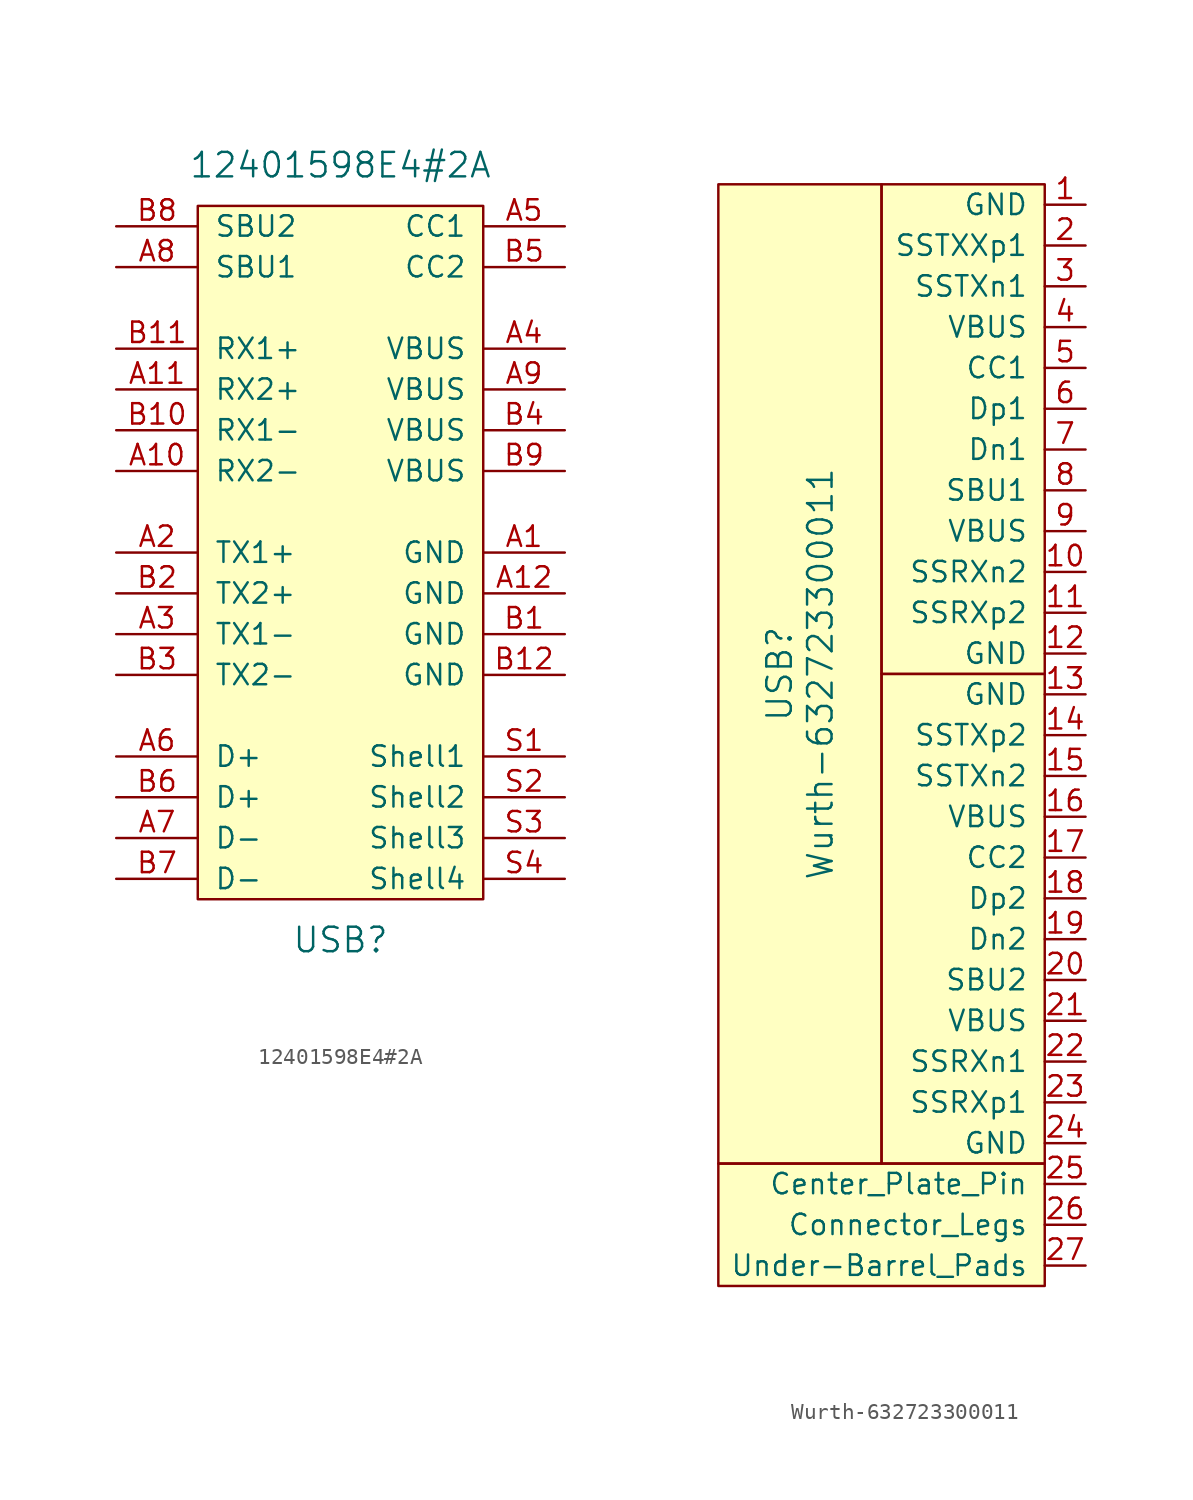
<source format=kicad_sym>
(kicad_symbol_lib
  (version 20211014)
  (generator kicad_symbol_editor)
  (symbol "12401598E4#2A"
    (pin_names
      (offset 1.016))
    (property "Reference" "USB"
      (at 0 -22.86 0)
      (effects (font (size 1.524 1.524))))
    (property "Value" "12401598E4#2A"
      (at 0 25.4 0)
      (effects (font (size 1.524 1.524))))
    (symbol "12401598E4#2A_1_1"
      (rectangle (start -8.89 22.86) (end 8.89 -20.32) (stroke (width 0) (type default) (color 0 0 0 0)) (fill (type background)))
      (pin input line (at 13.97 1.27 180) (length 5.08) (name "GND" (effects (font (size 1.27 1.27)))) (number "A1" (effects (font (size 1.27 1.27)))))
      (pin input line (at -13.97 6.35 0) (length 5.08) (name "RX2-" (effects (font (size 1.27 1.27)))) (number "A10" (effects (font (size 1.27 1.27)))))
      (pin input line (at -13.97 11.43 0) (length 5.08) (name "RX2+" (effects (font (size 1.27 1.27)))) (number "A11" (effects (font (size 1.27 1.27)))))
      (pin input line (at 13.97 -1.27 180) (length 5.08) (name "GND" (effects (font (size 1.27 1.27)))) (number "A12" (effects (font (size 1.27 1.27)))))
      (pin input line (at -13.97 1.27 0) (length 5.08) (name "TX1+" (effects (font (size 1.27 1.27)))) (number "A2" (effects (font (size 1.27 1.27)))))
      (pin input line (at -13.97 -3.81 0) (length 5.08) (name "TX1-" (effects (font (size 1.27 1.27)))) (number "A3" (effects (font (size 1.27 1.27)))))
      (pin input line (at 13.97 13.97 180) (length 5.08) (name "VBUS" (effects (font (size 1.27 1.27)))) (number "A4" (effects (font (size 1.27 1.27)))))
      (pin input line (at 13.97 21.59 180) (length 5.08) (name "CC1" (effects (font (size 1.27 1.27)))) (number "A5" (effects (font (size 1.27 1.27)))))
      (pin input line (at -13.97 -11.43 0) (length 5.08) (name "D+" (effects (font (size 1.27 1.27)))) (number "A6" (effects (font (size 1.27 1.27)))))
      (pin input line (at -13.97 -16.51 0) (length 5.08) (name "D-" (effects (font (size 1.27 1.27)))) (number "A7" (effects (font (size 1.27 1.27)))))
      (pin input line (at -13.97 19.05 0) (length 5.08) (name "SBU1" (effects (font (size 1.27 1.27)))) (number "A8" (effects (font (size 1.27 1.27)))))
      (pin input line (at 13.97 11.43 180) (length 5.08) (name "VBUS" (effects (font (size 1.27 1.27)))) (number "A9" (effects (font (size 1.27 1.27)))))
      (pin input line (at 13.97 -3.81 180) (length 5.08) (name "GND" (effects (font (size 1.27 1.27)))) (number "B1" (effects (font (size 1.27 1.27)))))
      (pin input line (at -13.97 8.89 0) (length 5.08) (name "RX1-" (effects (font (size 1.27 1.27)))) (number "B10" (effects (font (size 1.27 1.27)))))
      (pin input line (at -13.97 13.97 0) (length 5.08) (name "RX1+" (effects (font (size 1.27 1.27)))) (number "B11" (effects (font (size 1.27 1.27)))))
      (pin input line (at 13.97 -6.35 180) (length 5.08) (name "GND" (effects (font (size 1.27 1.27)))) (number "B12" (effects (font (size 1.27 1.27)))))
      (pin input line (at -13.97 -1.27 0) (length 5.08) (name "TX2+" (effects (font (size 1.27 1.27)))) (number "B2" (effects (font (size 1.27 1.27)))))
      (pin input line (at -13.97 -6.35 0) (length 5.08) (name "TX2-" (effects (font (size 1.27 1.27)))) (number "B3" (effects (font (size 1.27 1.27)))))
      (pin input line (at 13.97 8.89 180) (length 5.08) (name "VBUS" (effects (font (size 1.27 1.27)))) (number "B4" (effects (font (size 1.27 1.27)))))
      (pin input line (at 13.97 19.05 180) (length 5.08) (name "CC2" (effects (font (size 1.27 1.27)))) (number "B5" (effects (font (size 1.27 1.27)))))
      (pin input line (at -13.97 -13.97 0) (length 5.08) (name "D+" (effects (font (size 1.27 1.27)))) (number "B6" (effects (font (size 1.27 1.27)))))
      (pin input line (at -13.97 -19.05 0) (length 5.08) (name "D-" (effects (font (size 1.27 1.27)))) (number "B7" (effects (font (size 1.27 1.27)))))
      (pin input line (at -13.97 21.59 0) (length 5.08) (name "SBU2" (effects (font (size 1.27 1.27)))) (number "B8" (effects (font (size 1.27 1.27)))))
      (pin input line (at 13.97 6.35 180) (length 5.08) (name "VBUS" (effects (font (size 1.27 1.27)))) (number "B9" (effects (font (size 1.27 1.27)))))
      (pin input line (at 13.97 -11.43 180) (length 5.08) (name "Shell1" (effects (font (size 1.27 1.27)))) (number "S1" (effects (font (size 1.27 1.27)))))
      (pin input line (at 13.97 -13.97 180) (length 5.08) (name "Shell2" (effects (font (size 1.27 1.27)))) (number "S2" (effects (font (size 1.27 1.27)))))
      (pin input line (at 13.97 -16.51 180) (length 5.08) (name "Shell3" (effects (font (size 1.27 1.27)))) (number "S3" (effects (font (size 1.27 1.27)))))
      (pin input line (at 13.97 -19.05 180) (length 5.08) (name "Shell4" (effects (font (size 1.27 1.27)))) (number "S4" (effects (font (size 1.27 1.27)))))))
  (symbol "Wurth-632723300011"
    (pin_names
      (offset 1.016))
    (property "Reference" "USB"
      (at -16.51 0 90)
      (effects (font (size 1.524 1.524))))
    (property "Value" "Wurth-632723300011"
      (at -13.97 0 90)
      (effects (font (size 1.524 1.524))))
    (symbol "Wurth-632723300011_0_1"
      (rectangle (start -10.16 0) (end 0 -30.48) (stroke (width 0) (type default) (color 0 0 0 0)) (fill (type background)))
      (rectangle (start -10.16 30.48) (end -20.32 -30.48) (stroke (width 0) (type default) (color 0 0 0 0)) (fill (type background)))
      (rectangle (start 0 -30.48) (end -20.32 -38.1) (stroke (width 0) (type default) (color 0 0 0 0)) (fill (type background)))
      (rectangle (start 0 0) (end -10.16 30.48) (stroke (width 0) (type default) (color 0 0 0 0)) (fill (type background))))
    (symbol "Wurth-632723300011_1_1"
      (pin input line (at 2.54 29.21 180) (length 2.54) (name "GND" (effects (font (size 1.27 1.27)))) (number "1" (effects (font (size 1.27 1.27)))))
      (pin input line (at 2.54 6.35 180) (length 2.54) (name "SSRXn2" (effects (font (size 1.27 1.27)))) (number "10" (effects (font (size 1.27 1.27)))))
      (pin input line (at 2.54 3.81 180) (length 2.54) (name "SSRXp2" (effects (font (size 1.27 1.27)))) (number "11" (effects (font (size 1.27 1.27)))))
      (pin input line (at 2.54 1.27 180) (length 2.54) (name "GND" (effects (font (size 1.27 1.27)))) (number "12" (effects (font (size 1.27 1.27)))))
      (pin input line (at 2.54 -1.27 180) (length 2.54) (name "GND" (effects (font (size 1.27 1.27)))) (number "13" (effects (font (size 1.27 1.27)))))
      (pin input line (at 2.54 -3.81 180) (length 2.54) (name "SSTXp2" (effects (font (size 1.27 1.27)))) (number "14" (effects (font (size 1.27 1.27)))))
      (pin input line (at 2.54 -6.35 180) (length 2.54) (name "SSTXn2" (effects (font (size 1.27 1.27)))) (number "15" (effects (font (size 1.27 1.27)))))
      (pin input line (at 2.54 -8.89 180) (length 2.54) (name "VBUS" (effects (font (size 1.27 1.27)))) (number "16" (effects (font (size 1.27 1.27)))))
      (pin input line (at 2.54 -11.43 180) (length 2.54) (name "CC2" (effects (font (size 1.27 1.27)))) (number "17" (effects (font (size 1.27 1.27)))))
      (pin input line (at 2.54 -13.97 180) (length 2.54) (name "Dp2" (effects (font (size 1.27 1.27)))) (number "18" (effects (font (size 1.27 1.27)))))
      (pin input line (at 2.54 -16.51 180) (length 2.54) (name "Dn2" (effects (font (size 1.27 1.27)))) (number "19" (effects (font (size 1.27 1.27)))))
      (pin input line (at 2.54 26.67 180) (length 2.54) (name "SSTXXp1" (effects (font (size 1.27 1.27)))) (number "2" (effects (font (size 1.27 1.27)))))
      (pin input line (at 2.54 -19.05 180) (length 2.54) (name "SBU2" (effects (font (size 1.27 1.27)))) (number "20" (effects (font (size 1.27 1.27)))))
      (pin input line (at 2.54 -21.59 180) (length 2.54) (name "VBUS" (effects (font (size 1.27 1.27)))) (number "21" (effects (font (size 1.27 1.27)))))
      (pin input line (at 2.54 -24.13 180) (length 2.54) (name "SSRXn1" (effects (font (size 1.27 1.27)))) (number "22" (effects (font (size 1.27 1.27)))))
      (pin input line (at 2.54 -26.67 180) (length 2.54) (name "SSRXp1" (effects (font (size 1.27 1.27)))) (number "23" (effects (font (size 1.27 1.27)))))
      (pin input line (at 2.54 -29.21 180) (length 2.54) (name "GND" (effects (font (size 1.27 1.27)))) (number "24" (effects (font (size 1.27 1.27)))))
      (pin input line (at 2.54 -31.75 180) (length 2.54) (name "Center_Plate_Pin" (effects (font (size 1.27 1.27)))) (number "25" (effects (font (size 1.27 1.27)))))
      (pin input line (at 2.54 -34.29 180) (length 2.54) (name "Connector_Legs" (effects (font (size 1.27 1.27)))) (number "26" (effects (font (size 1.27 1.27)))))
      (pin input line (at 2.54 -36.83 180) (length 2.54) (name "Under-Barrel_Pads" (effects (font (size 1.27 1.27)))) (number "27" (effects (font (size 1.27 1.27)))))
      (pin input line (at 2.54 24.13 180) (length 2.54) (name "SSTXn1" (effects (font (size 1.27 1.27)))) (number "3" (effects (font (size 1.27 1.27)))))
      (pin input line (at 2.54 21.59 180) (length 2.54) (name "VBUS" (effects (font (size 1.27 1.27)))) (number "4" (effects (font (size 1.27 1.27)))))
      (pin input line (at 2.54 19.05 180) (length 2.54) (name "CC1" (effects (font (size 1.27 1.27)))) (number "5" (effects (font (size 1.27 1.27)))))
      (pin input line (at 2.54 16.51 180) (length 2.54) (name "Dp1" (effects (font (size 1.27 1.27)))) (number "6" (effects (font (size 1.27 1.27)))))
      (pin input line (at 2.54 13.97 180) (length 2.54) (name "Dn1" (effects (font (size 1.27 1.27)))) (number "7" (effects (font (size 1.27 1.27)))))
      (pin input line (at 2.54 11.43 180) (length 2.54) (name "SBU1" (effects (font (size 1.27 1.27)))) (number "8" (effects (font (size 1.27 1.27)))))
      (pin input line (at 2.54 8.89 180) (length 2.54) (name "VBUS" (effects (font (size 1.27 1.27)))) (number "9" (effects (font (size 1.27 1.27))))))))
</source>
